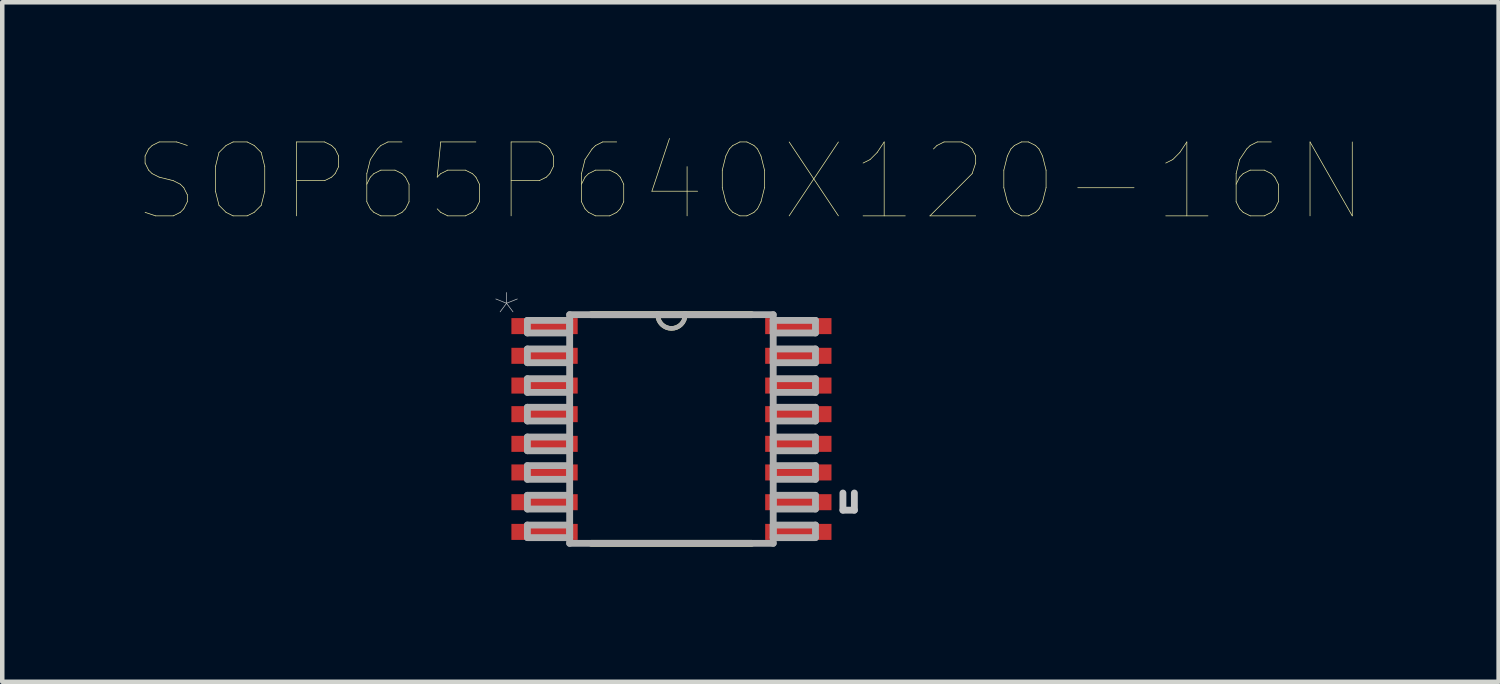
<source format=kicad_pcb>
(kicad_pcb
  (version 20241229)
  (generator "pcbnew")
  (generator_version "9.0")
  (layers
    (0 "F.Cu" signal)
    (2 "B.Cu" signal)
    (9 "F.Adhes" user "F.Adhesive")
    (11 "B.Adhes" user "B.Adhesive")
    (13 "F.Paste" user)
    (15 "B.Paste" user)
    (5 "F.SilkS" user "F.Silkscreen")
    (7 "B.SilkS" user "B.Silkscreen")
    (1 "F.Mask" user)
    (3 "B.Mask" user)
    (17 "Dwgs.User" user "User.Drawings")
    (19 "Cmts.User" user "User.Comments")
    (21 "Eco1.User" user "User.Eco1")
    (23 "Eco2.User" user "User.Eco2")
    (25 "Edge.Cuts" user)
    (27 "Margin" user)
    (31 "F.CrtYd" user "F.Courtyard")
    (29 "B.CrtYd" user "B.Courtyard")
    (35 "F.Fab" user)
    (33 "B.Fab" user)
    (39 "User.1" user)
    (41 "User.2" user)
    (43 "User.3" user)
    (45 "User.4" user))
  (footprint "SOP65P640X120-16N"
    (layer "F.Cu")
    (at 11.867 6.481)
    (property "Reference" "SOP65P640X120-16N" (at 1.755 -5.494 0) (layer "F.SilkS") (effects (font (size 1.642 1.642) (thickness 0.015))))
    (attr through_hole)
    (fp_line (start -1.778 2.54) (end 1.778 2.54) (stroke (width 0.152) (type solid)) (layer "F.SilkS"))
    (fp_line (start -0.305 -2.54) (end -1.778 -2.54) (stroke (width 0.152) (type solid)) (layer "F.SilkS"))
    (fp_line (start 0.305 -2.54) (end -0.305 -2.54) (stroke (width 0.152) (type solid)) (layer "F.SilkS"))
    (fp_line (start 1.778 -2.54) (end 0.305 -2.54) (stroke (width 0.152) (type solid)) (layer "F.SilkS"))
    (fp_arc (start 0.3048 -2.54) (mid 0 -2.2352) (end -0.3048 -2.54) (stroke (width 0.1) (type solid)) (layer "F.SilkS"))
    (fp_line (start 3.81 1.803) (end 3.81 1.422) (stroke (width 0.152) (type solid)) (layer "Dwgs.User"))
    (fp_line (start 4.064 1.422) (end 4.064 1.803) (stroke (width 0.152) (type solid)) (layer "Dwgs.User"))
    (fp_line (start 4.064 1.803) (end 3.81 1.803) (stroke (width 0.152) (type solid)) (layer "Dwgs.User"))
    (fp_line (start -3.2 -2.413) (end -3.2 -2.134) (stroke (width 0.152) (type solid)) (layer "F.Fab"))
    (fp_line (start -3.2 -2.134) (end -2.261 -2.134) (stroke (width 0.152) (type solid)) (layer "F.Fab"))
    (fp_line (start -3.2 -1.778) (end -3.2 -1.473) (stroke (width 0.152) (type solid)) (layer "F.Fab"))
    (fp_line (start -3.2 -1.473) (end -2.261 -1.473) (stroke (width 0.152) (type solid)) (layer "F.Fab"))
    (fp_line (start -3.2 -1.118) (end -3.2 -0.813) (stroke (width 0.152) (type solid)) (layer "F.Fab"))
    (fp_line (start -3.2 -0.813) (end -2.261 -0.813) (stroke (width 0.152) (type solid)) (layer "F.Fab"))
    (fp_line (start -3.2 -0.483) (end -3.2 -0.178) (stroke (width 0.152) (type solid)) (layer "F.Fab"))
    (fp_line (start -3.2 -0.178) (end -2.261 -0.178) (stroke (width 0.152) (type solid)) (layer "F.Fab"))
    (fp_line (start -3.2 0.178) (end -3.2 0.483) (stroke (width 0.152) (type solid)) (layer "F.Fab"))
    (fp_line (start -3.2 0.483) (end -2.261 0.483) (stroke (width 0.152) (type solid)) (layer "F.Fab"))
    (fp_line (start -3.2 0.813) (end -3.2 1.118) (stroke (width 0.152) (type solid)) (layer "F.Fab"))
    (fp_line (start -3.2 1.118) (end -2.261 1.118) (stroke (width 0.152) (type solid)) (layer "F.Fab"))
    (fp_line (start -3.2 1.473) (end -3.2 1.778) (stroke (width 0.152) (type solid)) (layer "F.Fab"))
    (fp_line (start -3.2 1.778) (end -2.261 1.778) (stroke (width 0.152) (type solid)) (layer "F.Fab"))
    (fp_line (start -3.2 2.134) (end -3.2 2.413) (stroke (width 0.152) (type solid)) (layer "F.Fab"))
    (fp_line (start -3.2 2.413) (end -2.261 2.413) (stroke (width 0.152) (type solid)) (layer "F.Fab"))
    (fp_line (start -2.261 -2.54) (end -2.261 2.54) (stroke (width 0.152) (type solid)) (layer "F.Fab"))
    (fp_line (start -2.261 -2.413) (end -3.2 -2.413) (stroke (width 0.152) (type solid)) (layer "F.Fab"))
    (fp_line (start -2.261 -2.134) (end -2.261 -2.413) (stroke (width 0.152) (type solid)) (layer "F.Fab"))
    (fp_line (start -2.261 -1.778) (end -3.2 -1.778) (stroke (width 0.152) (type solid)) (layer "F.Fab"))
    (fp_line (start -2.261 -1.473) (end -2.261 -1.778) (stroke (width 0.152) (type solid)) (layer "F.Fab"))
    (fp_line (start -2.261 -1.118) (end -3.2 -1.118) (stroke (width 0.152) (type solid)) (layer "F.Fab"))
    (fp_line (start -2.261 -0.813) (end -2.261 -1.118) (stroke (width 0.152) (type solid)) (layer "F.Fab"))
    (fp_line (start -2.261 -0.483) (end -3.2 -0.483) (stroke (width 0.152) (type solid)) (layer "F.Fab"))
    (fp_line (start -2.261 -0.178) (end -2.261 -0.483) (stroke (width 0.152) (type solid)) (layer "F.Fab"))
    (fp_line (start -2.261 0.178) (end -3.2 0.178) (stroke (width 0.152) (type solid)) (layer "F.Fab"))
    (fp_line (start -2.261 0.483) (end -2.261 0.178) (stroke (width 0.152) (type solid)) (layer "F.Fab"))
    (fp_line (start -2.261 0.813) (end -3.2 0.813) (stroke (width 0.152) (type solid)) (layer "F.Fab"))
    (fp_line (start -2.261 1.118) (end -2.261 0.813) (stroke (width 0.152) (type solid)) (layer "F.Fab"))
    (fp_line (start -2.261 1.473) (end -3.2 1.473) (stroke (width 0.152) (type solid)) (layer "F.Fab"))
    (fp_line (start -2.261 1.778) (end -2.261 1.473) (stroke (width 0.152) (type solid)) (layer "F.Fab"))
    (fp_line (start -2.261 2.134) (end -3.2 2.134) (stroke (width 0.152) (type solid)) (layer "F.Fab"))
    (fp_line (start -2.261 2.413) (end -2.261 2.134) (stroke (width 0.152) (type solid)) (layer "F.Fab"))
    (fp_line (start -2.261 2.54) (end 2.261 2.54) (stroke (width 0.152) (type solid)) (layer "F.Fab"))
    (fp_line (start -0.305 -2.54) (end -2.261 -2.54) (stroke (width 0.152) (type solid)) (layer "F.Fab"))
    (fp_line (start 0.305 -2.54) (end -0.305 -2.54) (stroke (width 0.152) (type solid)) (layer "F.Fab"))
    (fp_line (start 2.261 -2.54) (end 0.305 -2.54) (stroke (width 0.152) (type solid)) (layer "F.Fab"))
    (fp_line (start 2.261 -2.413) (end 2.261 -2.134) (stroke (width 0.152) (type solid)) (layer "F.Fab"))
    (fp_line (start 2.261 -2.134) (end 3.2 -2.134) (stroke (width 0.152) (type solid)) (layer "F.Fab"))
    (fp_line (start 2.261 -1.778) (end 2.261 -1.473) (stroke (width 0.152) (type solid)) (layer "F.Fab"))
    (fp_line (start 2.261 -1.473) (end 3.2 -1.473) (stroke (width 0.152) (type solid)) (layer "F.Fab"))
    (fp_line (start 2.261 -1.118) (end 2.261 -0.813) (stroke (width 0.152) (type solid)) (layer "F.Fab"))
    (fp_line (start 2.261 -0.813) (end 3.2 -0.813) (stroke (width 0.152) (type solid)) (layer "F.Fab"))
    (fp_line (start 2.261 -0.483) (end 2.261 -0.178) (stroke (width 0.152) (type solid)) (layer "F.Fab"))
    (fp_line (start 2.261 -0.178) (end 3.2 -0.178) (stroke (width 0.152) (type solid)) (layer "F.Fab"))
    (fp_line (start 2.261 0.178) (end 2.261 0.483) (stroke (width 0.152) (type solid)) (layer "F.Fab"))
    (fp_line (start 2.261 0.483) (end 3.2 0.483) (stroke (width 0.152) (type solid)) (layer "F.Fab"))
    (fp_line (start 2.261 0.813) (end 2.261 1.118) (stroke (width 0.152) (type solid)) (layer "F.Fab"))
    (fp_line (start 2.261 1.118) (end 3.2 1.118) (stroke (width 0.152) (type solid)) (layer "F.Fab"))
    (fp_line (start 2.261 1.473) (end 2.261 1.778) (stroke (width 0.152) (type solid)) (layer "F.Fab"))
    (fp_line (start 2.261 1.778) (end 3.2 1.778) (stroke (width 0.152) (type solid)) (layer "F.Fab"))
    (fp_line (start 2.261 2.134) (end 2.261 2.413) (stroke (width 0.152) (type solid)) (layer "F.Fab"))
    (fp_line (start 2.261 2.413) (end 3.2 2.413) (stroke (width 0.152) (type solid)) (layer "F.Fab"))
    (fp_line (start 2.261 2.54) (end 2.261 -2.54) (stroke (width 0.152) (type solid)) (layer "F.Fab"))
    (fp_line (start 3.2 -2.413) (end 2.261 -2.413) (stroke (width 0.152) (type solid)) (layer "F.Fab"))
    (fp_line (start 3.2 -2.134) (end 3.2 -2.413) (stroke (width 0.152) (type solid)) (layer "F.Fab"))
    (fp_line (start 3.2 -1.778) (end 2.261 -1.778) (stroke (width 0.152) (type solid)) (layer "F.Fab"))
    (fp_line (start 3.2 -1.473) (end 3.2 -1.778) (stroke (width 0.152) (type solid)) (layer "F.Fab"))
    (fp_line (start 3.2 -1.118) (end 2.261 -1.118) (stroke (width 0.152) (type solid)) (layer "F.Fab"))
    (fp_line (start 3.2 -0.813) (end 3.2 -1.118) (stroke (width 0.152) (type solid)) (layer "F.Fab"))
    (fp_line (start 3.2 -0.483) (end 2.261 -0.483) (stroke (width 0.152) (type solid)) (layer "F.Fab"))
    (fp_line (start 3.2 -0.178) (end 3.2 -0.483) (stroke (width 0.152) (type solid)) (layer "F.Fab"))
    (fp_line (start 3.2 0.178) (end 2.261 0.178) (stroke (width 0.152) (type solid)) (layer "F.Fab"))
    (fp_line (start 3.2 0.483) (end 3.2 0.178) (stroke (width 0.152) (type solid)) (layer "F.Fab"))
    (fp_line (start 3.2 0.813) (end 2.261 0.813) (stroke (width 0.152) (type solid)) (layer "F.Fab"))
    (fp_line (start 3.2 1.118) (end 3.2 0.813) (stroke (width 0.152) (type solid)) (layer "F.Fab"))
    (fp_line (start 3.2 1.473) (end 2.261 1.473) (stroke (width 0.152) (type solid)) (layer "F.Fab"))
    (fp_line (start 3.2 1.778) (end 3.2 1.473) (stroke (width 0.152) (type solid)) (layer "F.Fab"))
    (fp_line (start 3.2 2.134) (end 2.261 2.134) (stroke (width 0.152) (type solid)) (layer "F.Fab"))
    (fp_line (start 3.2 2.413) (end 3.2 2.134) (stroke (width 0.152) (type solid)) (layer "F.Fab"))
    (fp_arc (start 0.3048 -2.54) (mid 0 -2.2352) (end -0.3048 -2.54) (stroke (width 0.1) (type solid)) (layer "F.Fab"))
    (fp_text user "*" (at -3.663 -2.493 0) (layer "Dwgs.User") (effects (font (size 1.002 1.002) (thickness 0.015))))
    (pad "1" smd rect (at -2.819 -2.286) (size 1.473 0.356) (layers "F.Cu" "F.Mask" "F.Paste"))
    (pad "2" smd rect (at -2.819 -1.626) (size 1.473 0.356) (layers "F.Cu" "F.Mask" "F.Paste"))
    (pad "3" smd rect (at -2.819 -0.965) (size 1.473 0.356) (layers "F.Cu" "F.Mask" "F.Paste"))
    (pad "4" smd rect (at -2.819 -0.33) (size 1.473 0.356) (layers "F.Cu" "F.Mask" "F.Paste"))
    (pad "5" smd rect (at -2.819 0.33) (size 1.473 0.356) (layers "F.Cu" "F.Mask" "F.Paste"))
    (pad "6" smd rect (at -2.819 0.965) (size 1.473 0.356) (layers "F.Cu" "F.Mask" "F.Paste"))
    (pad "7" smd rect (at -2.819 1.626) (size 1.473 0.356) (layers "F.Cu" "F.Mask" "F.Paste"))
    (pad "8" smd rect (at -2.819 2.286) (size 1.473 0.356) (layers "F.Cu" "F.Mask" "F.Paste"))
    (pad "9" smd rect (at 2.819 2.286) (size 1.473 0.356) (layers "F.Cu" "F.Mask" "F.Paste"))
    (pad "10" smd rect (at 2.819 1.626) (size 1.473 0.356) (layers "F.Cu" "F.Mask" "F.Paste"))
    (pad "11" smd rect (at 2.819 0.965) (size 1.473 0.356) (layers "F.Cu" "F.Mask" "F.Paste"))
    (pad "12" smd rect (at 2.819 0.33) (size 1.473 0.356) (layers "F.Cu" "F.Mask" "F.Paste"))
    (pad "13" smd rect (at 2.819 -0.33) (size 1.473 0.356) (layers "F.Cu" "F.Mask" "F.Paste"))
    (pad "14" smd rect (at 2.819 -0.965) (size 1.473 0.356) (layers "F.Cu" "F.Mask" "F.Paste"))
    (pad "15" smd rect (at 2.819 -1.626) (size 1.473 0.356) (layers "F.Cu" "F.Mask" "F.Paste"))
    (pad "16" smd rect (at 2.819 -2.286) (size 1.473 0.356) (layers "F.Cu" "F.Mask" "F.Paste")))
  (gr_rect
    (start -3 -3)
    (end 30.244 12.097)
    (stroke (width 0.1) (type default))
    (fill no)
    (layer "Edge.Cuts")))
</source>
